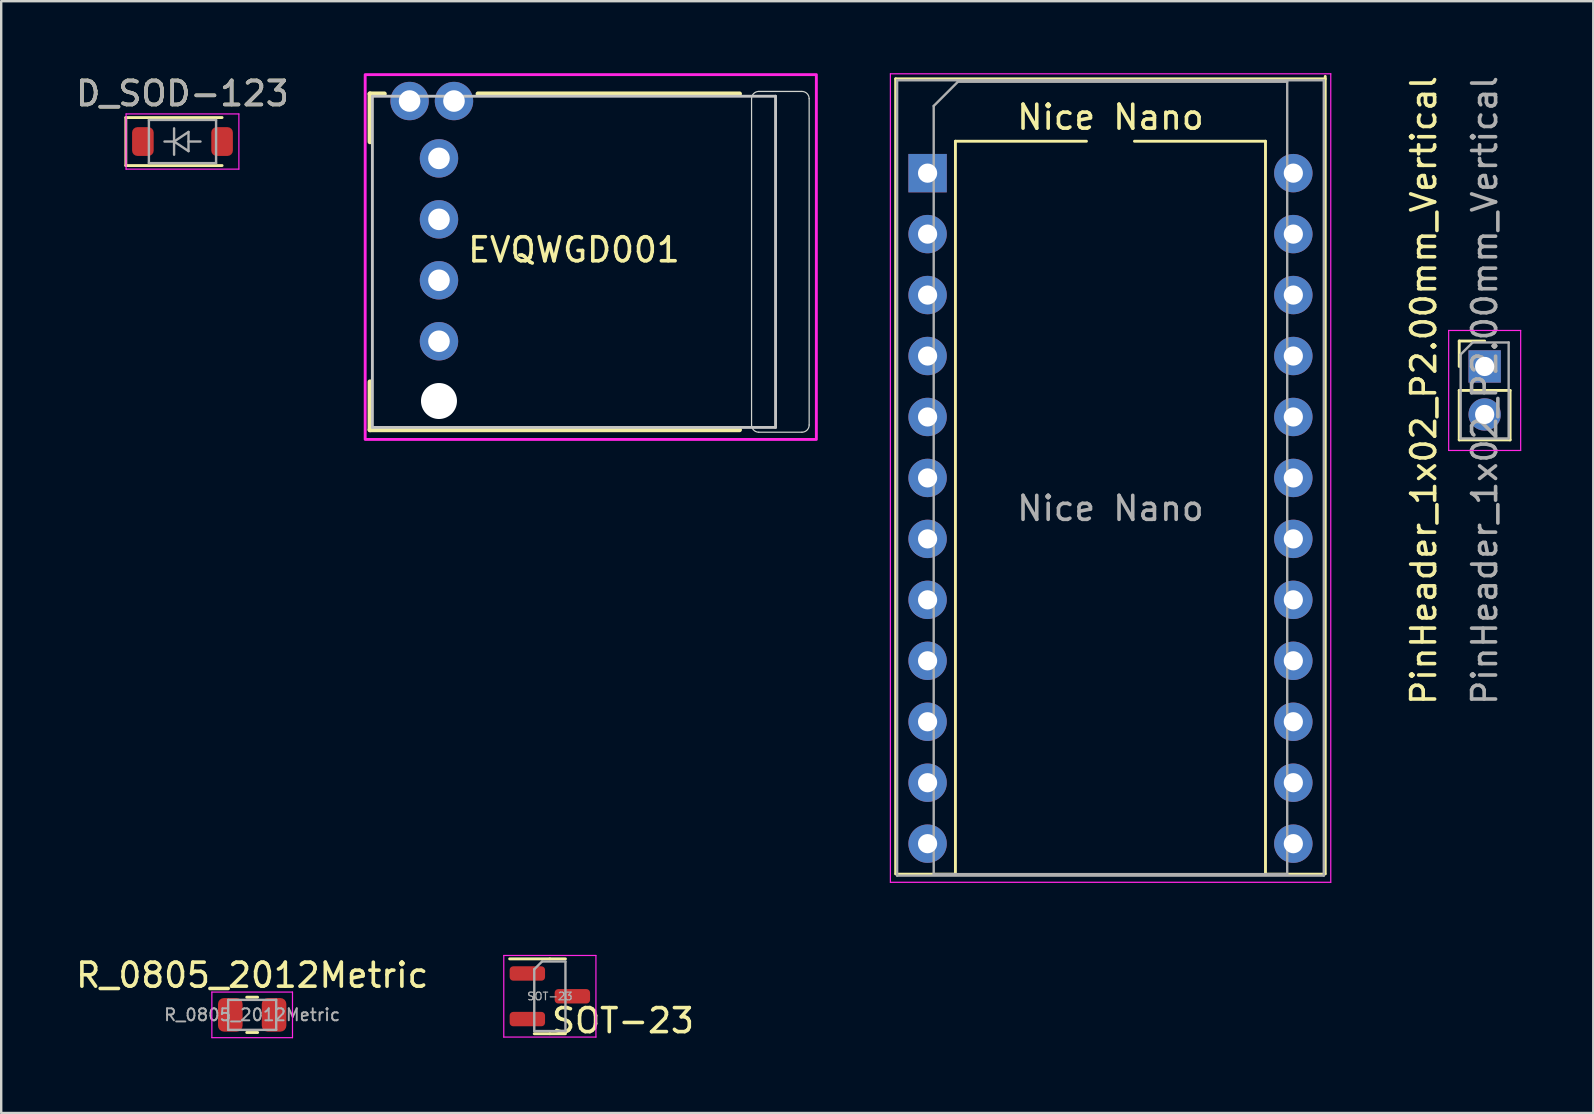
<source format=kicad_pcb>
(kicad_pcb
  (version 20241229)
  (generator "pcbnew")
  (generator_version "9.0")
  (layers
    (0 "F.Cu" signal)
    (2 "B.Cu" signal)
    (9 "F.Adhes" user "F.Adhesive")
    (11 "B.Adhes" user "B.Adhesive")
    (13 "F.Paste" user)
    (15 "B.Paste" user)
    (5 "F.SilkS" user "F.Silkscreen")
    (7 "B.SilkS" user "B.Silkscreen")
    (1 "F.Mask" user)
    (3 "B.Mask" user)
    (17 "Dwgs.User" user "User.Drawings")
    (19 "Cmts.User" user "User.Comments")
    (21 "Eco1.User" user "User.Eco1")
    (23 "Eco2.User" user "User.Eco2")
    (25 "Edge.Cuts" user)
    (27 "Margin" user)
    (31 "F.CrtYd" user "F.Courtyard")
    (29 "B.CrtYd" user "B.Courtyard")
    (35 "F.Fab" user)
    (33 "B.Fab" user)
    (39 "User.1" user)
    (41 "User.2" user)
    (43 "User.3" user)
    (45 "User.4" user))
  (footprint "R_0805_2012Metric"
    (layer "F.Cu")
    (at 7.458 39.238)
    (property "Reference" "R_0805_2012Metric" (at 0 -1.65 0) (layer "F.SilkS") (effects (font (size 1 1) (thickness 0.15))))
    (attr smd)
    (fp_line (start -0.227 -0.735) (end 0.227 -0.735) (stroke (width 0.12) (type solid)) (layer "F.SilkS"))
    (fp_line (start -0.227 0.735) (end 0.227 0.735) (stroke (width 0.12) (type solid)) (layer "F.SilkS"))
    (fp_line (start -1.68 -0.95) (end 1.68 -0.95) (stroke (width 0.05) (type solid)) (layer "F.CrtYd"))
    (fp_line (start -1.68 0.95) (end -1.68 -0.95) (stroke (width 0.05) (type solid)) (layer "F.CrtYd"))
    (fp_line (start 1.68 -0.95) (end 1.68 0.95) (stroke (width 0.05) (type solid)) (layer "F.CrtYd"))
    (fp_line (start 1.68 0.95) (end -1.68 0.95) (stroke (width 0.05) (type solid)) (layer "F.CrtYd"))
    (fp_line (start -1 -0.625) (end 1 -0.625) (stroke (width 0.1) (type solid)) (layer "F.Fab"))
    (fp_line (start -1 0.625) (end -1 -0.625) (stroke (width 0.1) (type solid)) (layer "F.Fab"))
    (fp_line (start 1 -0.625) (end 1 0.625) (stroke (width 0.1) (type solid)) (layer "F.Fab"))
    (fp_line (start 1 0.625) (end -1 0.625) (stroke (width 0.1) (type solid)) (layer "F.Fab"))
    (fp_text user "${REFERENCE}" (at 0 0 0) (layer "F.Fab") (effects (font (size 0.5 0.5) (thickness 0.08))))
    (pad "1" smd roundrect (at -0.912 0) (size 1.025 1.4) (layers "F.Cu" "F.Mask" "F.Paste") (roundrect_rratio 0.244))
    (pad "2" smd roundrect (at 0.912 0) (size 1.025 1.4) (layers "F.Cu" "F.Mask" "F.Paste") (roundrect_rratio 0.244)))
  (footprint "EVQWGD001"
    (layer "F.Cu")
    (at 20.867 7.36)
    (property "Reference" "EVQWGD001" (at 0 0 180) (layer "F.SilkS") (effects (font (size 1 1) (thickness 0.15))))
    (attr through_hole)
    (fp_line (start -8.5 -6.5) (end -8.5 -4.5) (stroke (width 0.2) (type solid)) (layer "F.SilkS"))
    (fp_line (start -8.5 5.5) (end -8.5 7.5) (stroke (width 0.2) (type solid)) (layer "F.SilkS"))
    (fp_line (start -8.5 7.5) (end 6.9 7.5) (stroke (width 0.2) (type solid)) (layer "F.SilkS"))
    (fp_line (start -7.9 -6.5) (end -8.5 -6.5) (stroke (width 0.2) (type solid)) (layer "F.SilkS"))
    (fp_line (start 6.9 -6.5) (end -4 -6.5) (stroke (width 0.2) (type solid)) (layer "F.SilkS"))
    (fp_line (start -8.4 -6.4) (end 8.4 -6.4) (stroke (width 0.12) (type solid)) (layer "Dwgs.User"))
    (fp_line (start -8.4 7.4) (end -8.4 -6.4) (stroke (width 0.12) (type solid)) (layer "Dwgs.User"))
    (fp_line (start 8.4 -6.4) (end 8.4 7.4) (stroke (width 0.12) (type solid)) (layer "Dwgs.User"))
    (fp_line (start 8.4 7.4) (end -8.4 7.4) (stroke (width 0.12) (type solid)) (layer "Dwgs.User"))
    (fp_line (start 7.4 -6.3) (end 7.4 7.3) (stroke (width 0.05) (type solid)) (layer "Edge.Cuts"))
    (fp_line (start 7.7 7.6) (end 9.5 7.6) (stroke (width 0.05) (type solid)) (layer "Edge.Cuts"))
    (fp_line (start 9.5 -6.6) (end 7.7 -6.6) (stroke (width 0.05) (type solid)) (layer "Edge.Cuts"))
    (fp_line (start 9.8 7.3) (end 9.8 -6.3) (stroke (width 0.05) (type solid)) (layer "Edge.Cuts"))
    (fp_arc (start 7.4 -6.3) (mid 7.487868 -6.512132) (end 7.7 -6.6) (stroke (width 0.05) (type solid)) (layer "Edge.Cuts"))
    (fp_arc (start 7.7 7.6) (mid 7.487868 7.512132) (end 7.4 7.3) (stroke (width 0.05) (type solid)) (layer "Edge.Cuts"))
    (fp_arc (start 9.5 -6.6) (mid 9.712132 -6.512132) (end 9.8 -6.3) (stroke (width 0.05) (type solid)) (layer "Edge.Cuts"))
    (fp_arc (start 9.8 7.3) (mid 9.712132 7.512132) (end 9.5 7.6) (stroke (width 0.05) (type solid)) (layer "Edge.Cuts"))
    (fp_rect (start 10.1 7.9) (end -8.7 -7.3) (stroke (width 0.12) (type default)) (fill no) (layer "F.CrtYd"))
    (pad "" np_thru_hole circle (at -5.625 6.3) (size 1.5 1.5) (drill 1.5) (layers "*.Cu" "*.Mask"))
    (pad "A" thru_hole circle (at -5.625 -3.81) (size 1.6 1.6) (drill 0.9) (layers "*.Cu" "*.Mask"))
    (pad "B" thru_hole circle (at -5.625 -1.27) (size 1.6 1.6) (drill 0.9) (layers "*.Cu" "*.Mask"))
    (pad "C" thru_hole circle (at -5.625 1.27) (size 1.6 1.6) (drill 0.9) (layers "*.Cu" "*.Mask"))
    (pad "D" thru_hole circle (at -5.625 3.81) (size 1.6 1.6) (drill 0.9) (layers "*.Cu" "*.Mask"))
    (pad "S1" thru_hole circle (at -6.85 -6.2) (size 1.6 1.6) (drill 0.9) (layers "*.Cu" "*.Mask"))
    (pad "S2" thru_hole circle (at -5 -6.2) (size 1.6 1.6) (drill 0.9) (layers "*.Cu" "*.Mask")))
  (footprint "D_SOD-123"
    (layer "F.Cu")
    (at 4.554 2.848)
    (property "Reference" "D_SOD-123" (at 0 -2 0) (layer "F.SilkS") (effects (font (size 1 1) (thickness 0.15))))
    (attr smd)
    (fp_line (start -2.36 -1) (end -2.36 1) (stroke (width 0.12) (type solid)) (layer "F.SilkS"))
    (fp_line (start -2.36 -1) (end 1.65 -1) (stroke (width 0.12) (type solid)) (layer "F.SilkS"))
    (fp_line (start -2.36 1) (end 1.65 1) (stroke (width 0.12) (type solid)) (layer "F.SilkS"))
    (fp_line (start -2.35 -1.15) (end -2.35 1.15) (stroke (width 0.05) (type solid)) (layer "F.CrtYd"))
    (fp_line (start -2.35 -1.15) (end 2.35 -1.15) (stroke (width 0.05) (type solid)) (layer "F.CrtYd"))
    (fp_line (start 2.35 -1.15) (end 2.35 1.15) (stroke (width 0.05) (type solid)) (layer "F.CrtYd"))
    (fp_line (start 2.35 1.15) (end -2.35 1.15) (stroke (width 0.05) (type solid)) (layer "F.CrtYd"))
    (fp_line (start -1.4 -0.9) (end 1.4 -0.9) (stroke (width 0.1) (type solid)) (layer "F.Fab"))
    (fp_line (start -1.4 0.9) (end -1.4 -0.9) (stroke (width 0.1) (type solid)) (layer "F.Fab"))
    (fp_line (start -0.75 0) (end -0.35 0) (stroke (width 0.1) (type solid)) (layer "F.Fab"))
    (fp_line (start -0.35 0) (end -0.35 -0.55) (stroke (width 0.1) (type solid)) (layer "F.Fab"))
    (fp_line (start -0.35 0) (end -0.35 0.55) (stroke (width 0.1) (type solid)) (layer "F.Fab"))
    (fp_line (start -0.35 0) (end 0.25 -0.4) (stroke (width 0.1) (type solid)) (layer "F.Fab"))
    (fp_line (start 0.25 -0.4) (end 0.25 0.4) (stroke (width 0.1) (type solid)) (layer "F.Fab"))
    (fp_line (start 0.25 0) (end 0.75 0) (stroke (width 0.1) (type solid)) (layer "F.Fab"))
    (fp_line (start 0.25 0.4) (end -0.35 0) (stroke (width 0.1) (type solid)) (layer "F.Fab"))
    (fp_line (start 1.4 -0.9) (end 1.4 0.9) (stroke (width 0.1) (type solid)) (layer "F.Fab"))
    (fp_line (start 1.4 0.9) (end -1.4 0.9) (stroke (width 0.1) (type solid)) (layer "F.Fab"))
    (fp_text user "${REFERENCE}" (at 0 -2 0) (layer "F.Fab") (effects (font (size 1 1) (thickness 0.15))))
    (pad "1" smd roundrect (at -1.65 0 180) (size 0.9 1.2) (layers "F.Cu" "F.Mask" "F.Paste") (roundrect_rratio 0.25))
    (pad "2" smd roundrect (at 1.65 0 180) (size 0.9 1.2) (layers "F.Cu" "F.Mask" "F.Paste") (roundrect_rratio 0.25)))
  (footprint "Nice Nano"
    (layer "F.Cu")
    (at 35.602 4.165)
    (property "Reference" "Nice Nano" (at 7.62 -2.33 0) (layer "F.SilkS") (effects (font (size 1 1) (thickness 0.15))))
    (attr through_hole)
    (fp_line (start -1.33 -3.93) (end -1.33 29.2) (stroke (width 0.12) (type solid)) (layer "F.SilkS"))
    (fp_line (start -1.33 29.2) (end 1.16 29.2) (stroke (width 0.1) (type default)) (layer "F.SilkS"))
    (fp_line (start 1.16 -1.33) (end 1.16 29.2) (stroke (width 0.12) (type solid)) (layer "F.SilkS"))
    (fp_line (start 6.62 -1.33) (end 1.16 -1.33) (stroke (width 0.12) (type solid)) (layer "F.SilkS"))
    (fp_line (start 14.08 -1.33) (end 8.62 -1.33) (stroke (width 0.12) (type solid)) (layer "F.SilkS"))
    (fp_line (start 14.08 29.2) (end 14.08 -1.33) (stroke (width 0.12) (type solid)) (layer "F.SilkS"))
    (fp_line (start 14.08 29.2) (end 16.57 29.2) (stroke (width 0.1) (type default)) (layer "F.SilkS"))
    (fp_line (start 16.57 -3.93) (end -1.33 -3.93) (stroke (width 0.12) (type solid)) (layer "F.SilkS"))
    (fp_line (start 16.57 29.2) (end 16.57 -4.03) (stroke (width 0.12) (type solid)) (layer "F.SilkS"))
    (fp_line (start -1.55 -4.14) (end -1.55 29.55) (stroke (width 0.05) (type solid)) (layer "F.CrtYd"))
    (fp_line (start -1.55 29.55) (end 16.8 29.55) (stroke (width 0.05) (type solid)) (layer "F.CrtYd"))
    (fp_line (start 16.8 -4.14) (end -1.55 -4.14) (stroke (width 0.05) (type solid)) (layer "F.CrtYd"))
    (fp_line (start 16.8 29.55) (end 16.8 -4.14) (stroke (width 0.05) (type solid)) (layer "F.CrtYd"))
    (fp_line (start -1.27 -3.87) (end -1.27 29.27) (stroke (width 0.1) (type solid)) (layer "F.Fab"))
    (fp_line (start -1.27 29.27) (end 16.51 29.27) (stroke (width 0.1) (type solid)) (layer "F.Fab"))
    (fp_line (start 0.255 -2.8) (end 1.255 -3.8) (stroke (width 0.1) (type solid)) (layer "F.Fab"))
    (fp_line (start 0.255 29.21) (end 0.255 -2.8) (stroke (width 0.1) (type solid)) (layer "F.Fab"))
    (fp_line (start 1.255 -3.81) (end 14.985 -3.81) (stroke (width 0.1) (type solid)) (layer "F.Fab"))
    (fp_line (start 14.985 -3.81) (end 14.985 29.21) (stroke (width 0.1) (type solid)) (layer "F.Fab"))
    (fp_line (start 14.985 29.21) (end 0.255 29.21) (stroke (width 0.1) (type solid)) (layer "F.Fab"))
    (fp_line (start 16.51 -3.87) (end -1.27 -3.87) (stroke (width 0.1) (type solid)) (layer "F.Fab"))
    (fp_line (start 16.51 29.27) (end 16.51 -3.87) (stroke (width 0.1) (type solid)) (layer "F.Fab"))
    (fp_text user "${REFERENCE}" (at 7.62 13.97 0) (layer "F.Fab") (effects (font (size 1 1) (thickness 0.15))))
    (pad "1" thru_hole rect (at 0 0) (size 1.6 1.6) (drill 0.8) (layers "*.Cu" "*.Mask"))
    (pad "2" thru_hole oval (at 0 2.54) (size 1.6 1.6) (drill 0.8) (layers "*.Cu" "*.Mask"))
    (pad "3" thru_hole oval (at 0 5.08) (size 1.6 1.6) (drill 0.8) (layers "*.Cu" "*.Mask"))
    (pad "4" thru_hole oval (at 0 7.62) (size 1.6 1.6) (drill 0.8) (layers "*.Cu" "*.Mask"))
    (pad "5" thru_hole oval (at 0 10.16) (size 1.6 1.6) (drill 0.8) (layers "*.Cu" "*.Mask"))
    (pad "6" thru_hole oval (at 0 12.7) (size 1.6 1.6) (drill 0.8) (layers "*.Cu" "*.Mask"))
    (pad "7" thru_hole oval (at 0 15.24) (size 1.6 1.6) (drill 0.8) (layers "*.Cu" "*.Mask"))
    (pad "8" thru_hole oval (at 0 17.78) (size 1.6 1.6) (drill 0.8) (layers "*.Cu" "*.Mask"))
    (pad "9" thru_hole oval (at 0 20.32) (size 1.6 1.6) (drill 0.8) (layers "*.Cu" "*.Mask"))
    (pad "10" thru_hole oval (at 0 22.86) (size 1.6 1.6) (drill 0.8) (layers "*.Cu" "*.Mask"))
    (pad "11" thru_hole oval (at 0 25.4) (size 1.6 1.6) (drill 0.8) (layers "*.Cu" "*.Mask"))
    (pad "12" thru_hole oval (at 0 27.94) (size 1.6 1.6) (drill 0.8) (layers "*.Cu" "*.Mask"))
    (pad "13" thru_hole oval (at 15.24 27.94) (size 1.6 1.6) (drill 0.8) (layers "*.Cu" "*.Mask"))
    (pad "14" thru_hole oval (at 15.24 25.4) (size 1.6 1.6) (drill 0.8) (layers "*.Cu" "*.Mask"))
    (pad "15" thru_hole oval (at 15.24 22.86) (size 1.6 1.6) (drill 0.8) (layers "*.Cu" "*.Mask"))
    (pad "16" thru_hole oval (at 15.24 20.32) (size 1.6 1.6) (drill 0.8) (layers "*.Cu" "*.Mask"))
    (pad "17" thru_hole oval (at 15.24 17.78) (size 1.6 1.6) (drill 0.8) (layers "*.Cu" "*.Mask"))
    (pad "18" thru_hole oval (at 15.24 15.24) (size 1.6 1.6) (drill 0.8) (layers "*.Cu" "*.Mask"))
    (pad "19" thru_hole oval (at 15.24 12.7) (size 1.6 1.6) (drill 0.8) (layers "*.Cu" "*.Mask"))
    (pad "20" thru_hole oval (at 15.24 10.16) (size 1.6 1.6) (drill 0.8) (layers "*.Cu" "*.Mask"))
    (pad "21" thru_hole oval (at 15.24 7.62) (size 1.6 1.6) (drill 0.8) (layers "*.Cu" "*.Mask"))
    (pad "22" thru_hole oval (at 15.24 5.08) (size 1.6 1.6) (drill 0.8) (layers "*.Cu" "*.Mask"))
    (pad "23" thru_hole oval (at 15.24 2.54) (size 1.6 1.6) (drill 0.8) (layers "*.Cu" "*.Mask"))
    (pad "24" thru_hole oval (at 15.24 0) (size 1.6 1.6) (drill 0.8) (layers "*.Cu" "*.Mask")))
  (footprint "SOT-23"
    (layer "F.Cu")
    (at 19.862 38.465)
    (property "Reference" "SOT-23" (at 3.048 1.016 180) (layer "F.SilkS") (effects (font (size 1 1) (thickness 0.15))))
    (attr smd)
    (fp_line (start 0 -1.56) (end -1.675 -1.56) (stroke (width 0.12) (type solid)) (layer "F.SilkS"))
    (fp_line (start 0 -1.56) (end 0.65 -1.56) (stroke (width 0.12) (type solid)) (layer "F.SilkS"))
    (fp_line (start 0 1.56) (end -0.65 1.56) (stroke (width 0.12) (type solid)) (layer "F.SilkS"))
    (fp_line (start 0 1.56) (end 0.65 1.56) (stroke (width 0.12) (type solid)) (layer "F.SilkS"))
    (fp_line (start -1.92 -1.7) (end -1.92 1.7) (stroke (width 0.05) (type solid)) (layer "F.CrtYd"))
    (fp_line (start -1.92 1.7) (end 1.92 1.7) (stroke (width 0.05) (type solid)) (layer "F.CrtYd"))
    (fp_line (start 1.92 -1.7) (end -1.92 -1.7) (stroke (width 0.05) (type solid)) (layer "F.CrtYd"))
    (fp_line (start 1.92 1.7) (end 1.92 -1.7) (stroke (width 0.05) (type solid)) (layer "F.CrtYd"))
    (fp_line (start -0.65 -1.125) (end -0.325 -1.45) (stroke (width 0.1) (type solid)) (layer "F.Fab"))
    (fp_line (start -0.65 1.45) (end -0.65 -1.125) (stroke (width 0.1) (type solid)) (layer "F.Fab"))
    (fp_line (start -0.325 -1.45) (end 0.65 -1.45) (stroke (width 0.1) (type solid)) (layer "F.Fab"))
    (fp_line (start 0.65 -1.45) (end 0.65 1.45) (stroke (width 0.1) (type solid)) (layer "F.Fab"))
    (fp_line (start 0.65 1.45) (end -0.65 1.45) (stroke (width 0.1) (type solid)) (layer "F.Fab"))
    (fp_text user "${REFERENCE}" (at 0 0 180) (layer "F.Fab") (effects (font (size 0.32 0.32) (thickness 0.05))))
    (pad "1" smd roundrect (at -0.938 -0.95) (size 1.475 0.6) (layers "F.Cu" "F.Mask" "F.Paste") (roundrect_rratio 0.25))
    (pad "2" smd roundrect (at -0.938 0.95) (size 1.475 0.6) (layers "F.Cu" "F.Mask" "F.Paste") (roundrect_rratio 0.25))
    (pad "3" smd roundrect (at 0.938 0) (size 1.475 0.6) (layers "F.Cu" "F.Mask" "F.Paste") (roundrect_rratio 0.25)))
  (footprint "PinHeader_1x02_P2.00mm_Vertical"
    (layer "F.Cu")
    (at 58.815 12.22)
    (property "Reference" "PinHeader_1x02_P2.00mm_Vertical" (at -2.54 1 90) (layer "F.SilkS") (effects (font (size 1 1) (thickness 0.15))))
    (attr through_hole)
    (fp_line (start -1.06 -1.06) (end 0 -1.06) (stroke (width 0.12) (type solid)) (layer "F.SilkS"))
    (fp_line (start -1.06 0) (end -1.06 -1.06) (stroke (width 0.12) (type solid)) (layer "F.SilkS"))
    (fp_line (start -1.06 1) (end -1.06 3.06) (stroke (width 0.12) (type solid)) (layer "F.SilkS"))
    (fp_line (start -1.06 1) (end 1.06 1) (stroke (width 0.12) (type solid)) (layer "F.SilkS"))
    (fp_line (start -1.06 3.06) (end 1.06 3.06) (stroke (width 0.12) (type solid)) (layer "F.SilkS"))
    (fp_line (start 1.06 1) (end 1.06 3.06) (stroke (width 0.12) (type solid)) (layer "F.SilkS"))
    (fp_line (start -1.5 -1.5) (end -1.5 3.5) (stroke (width 0.05) (type solid)) (layer "F.CrtYd"))
    (fp_line (start -1.5 3.5) (end 1.5 3.5) (stroke (width 0.05) (type solid)) (layer "F.CrtYd"))
    (fp_line (start 1.5 -1.5) (end -1.5 -1.5) (stroke (width 0.05) (type solid)) (layer "F.CrtYd"))
    (fp_line (start 1.5 3.5) (end 1.5 -1.5) (stroke (width 0.05) (type solid)) (layer "F.CrtYd"))
    (fp_line (start -1 -0.5) (end -0.5 -1) (stroke (width 0.1) (type solid)) (layer "F.Fab"))
    (fp_line (start -1 3) (end -1 -0.5) (stroke (width 0.1) (type solid)) (layer "F.Fab"))
    (fp_line (start -0.5 -1) (end 1 -1) (stroke (width 0.1) (type solid)) (layer "F.Fab"))
    (fp_line (start 1 -1) (end 1 3) (stroke (width 0.1) (type solid)) (layer "F.Fab"))
    (fp_line (start 1 3) (end -1 3) (stroke (width 0.1) (type solid)) (layer "F.Fab"))
    (fp_text user "${REFERENCE}" (at 0 1 270) (layer "F.Fab") (effects (font (size 1 1) (thickness 0.15))))
    (pad "1" thru_hole rect (at 0 0) (size 1.35 1.35) (drill 0.8) (layers "*.Cu" "*.Mask"))
    (pad "2" thru_hole oval (at 0 2) (size 1.35 1.35) (drill 0.8) (layers "*.Cu" "*.Mask")))
  (gr_rect
    (start -3 -3)
    (end 63.34 43.329)
    (stroke (width 0.1) (type default))
    (fill no)
    (layer "Edge.Cuts")))
</source>
